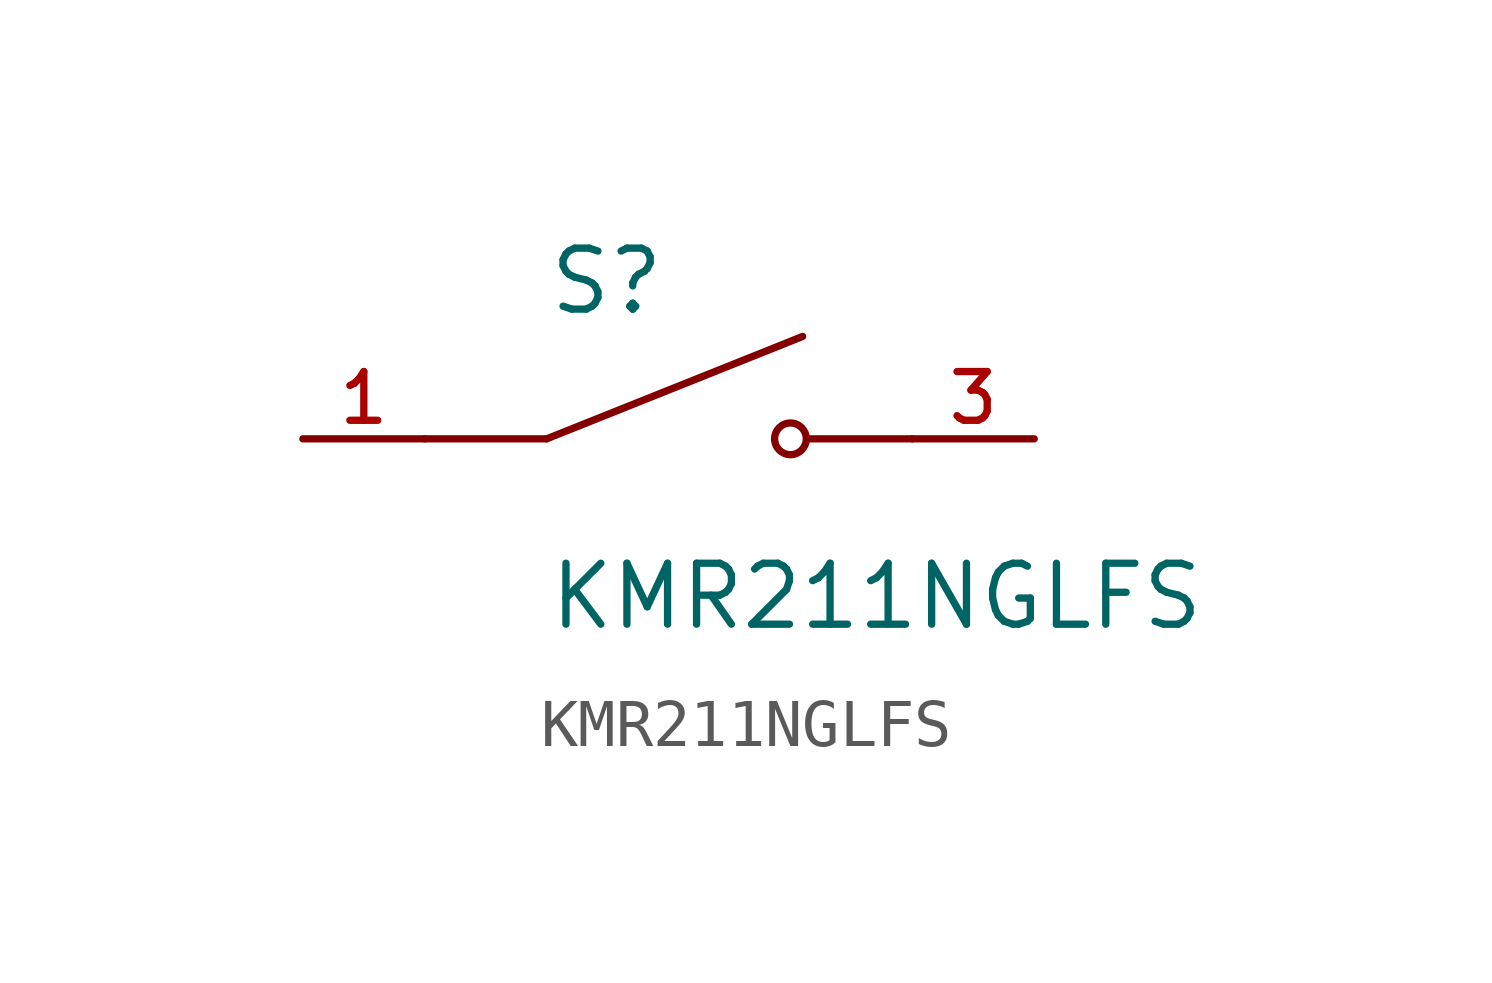
<source format=kicad_sym>
(kicad_symbol_lib
  (version 20211014)
  (generator kicad_symbol_editor)
  (symbol "KMR211NGLFS"
    (pin_names
      (offset 1.016))
    (property "Reference" "S"
      (at -2.54 2.54 0)
      (effects (font (size 1.27 1.27)) (justify bottom left)))
    (property "Value" "KMR211NGLFS"
      (at -2.54 -2.54 0)
      (effects (font (size 1.27 1.27)) (justify top left)))
    (symbol "KMR211NGLFS_0_0"
      (polyline (pts (xy -2.54 0.0) (xy 2.794 2.134)) (stroke (width 0.152)))
      (circle (center 2.54 0.0) (radius 0.33) (stroke (width 0.152)) (fill (type none)))
      (polyline (pts (xy 5.08 0.0) (xy 2.921 0.0)) (stroke (width 0.152)))
      (polyline (pts (xy -2.54 0.0) (xy -5.08 0.0)) (stroke (width 0.152)))
      (pin passive line (at -7.62 0.0 0) (length 2.54) (name "~" (effects (font (size 1.016 1.016)))) (number "1" (effects (font (size 1.016 1.016)))))
      (pin passive line (at 7.62 0.0 180.0) (length 2.54) (name "~" (effects (font (size 1.016 1.016)))) (number "3" (effects (font (size 1.016 1.016))))))))
</source>
